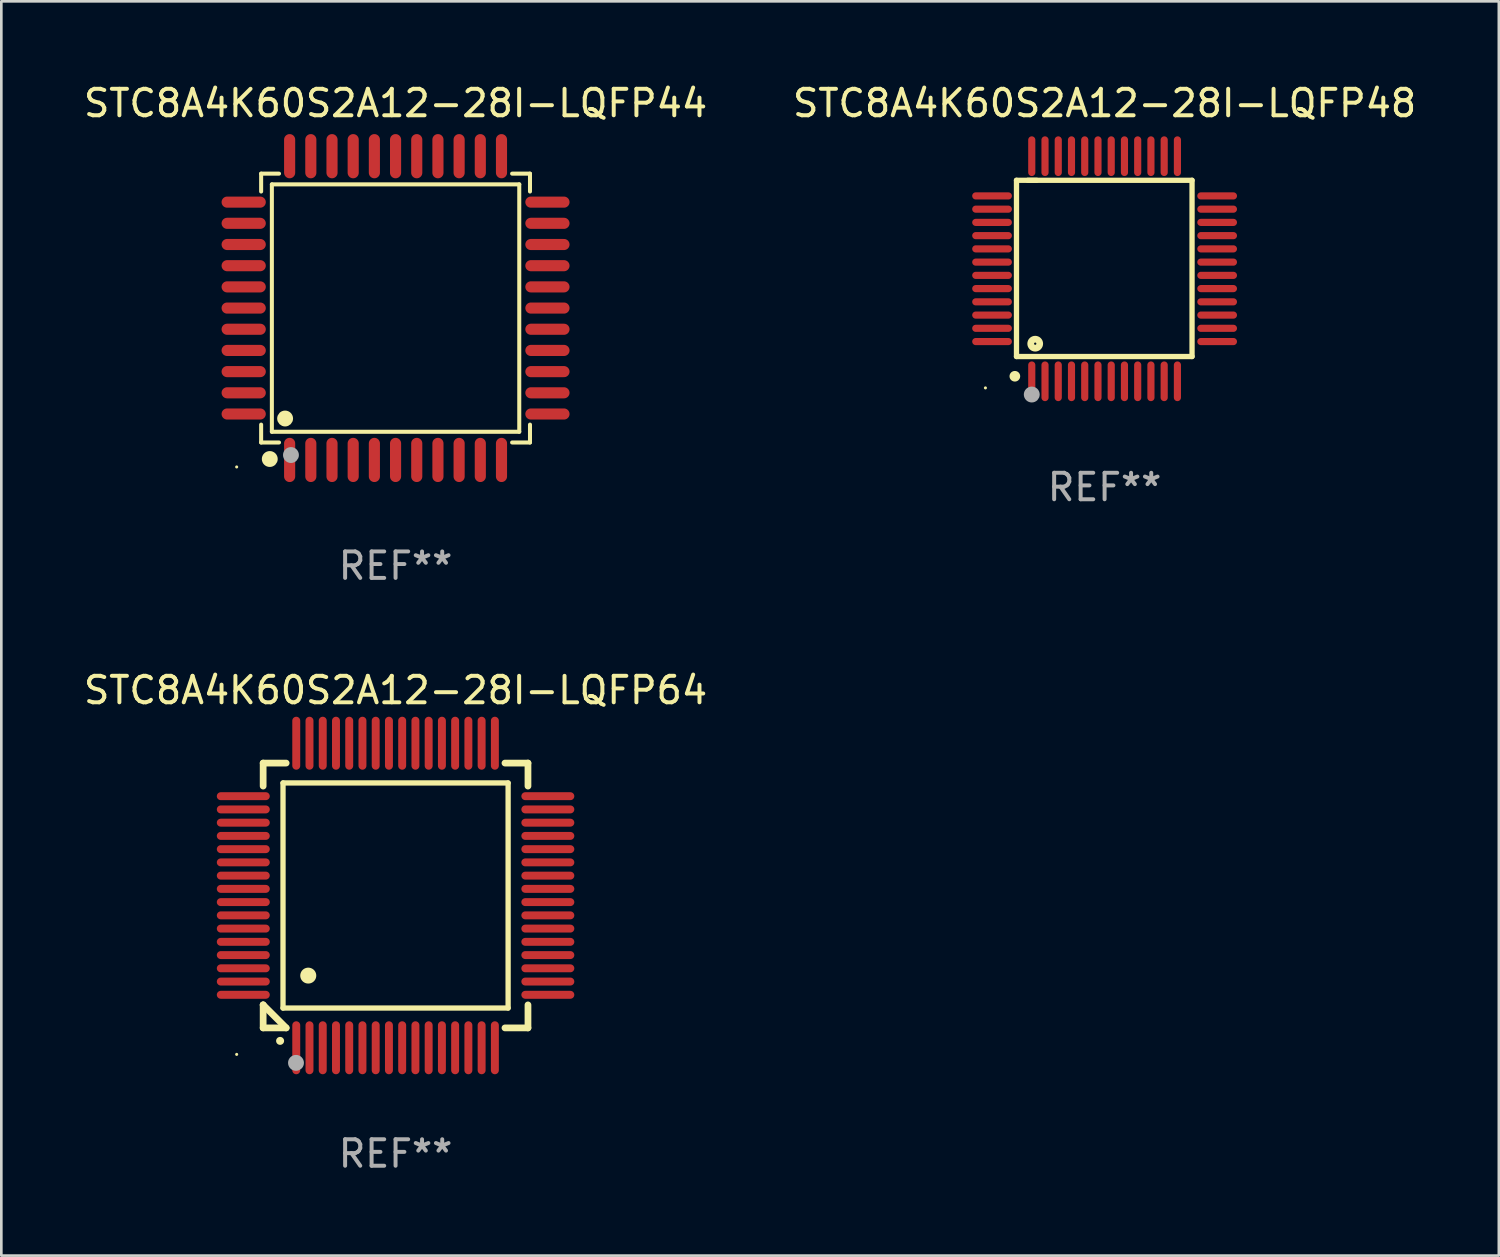
<source format=kicad_pcb>
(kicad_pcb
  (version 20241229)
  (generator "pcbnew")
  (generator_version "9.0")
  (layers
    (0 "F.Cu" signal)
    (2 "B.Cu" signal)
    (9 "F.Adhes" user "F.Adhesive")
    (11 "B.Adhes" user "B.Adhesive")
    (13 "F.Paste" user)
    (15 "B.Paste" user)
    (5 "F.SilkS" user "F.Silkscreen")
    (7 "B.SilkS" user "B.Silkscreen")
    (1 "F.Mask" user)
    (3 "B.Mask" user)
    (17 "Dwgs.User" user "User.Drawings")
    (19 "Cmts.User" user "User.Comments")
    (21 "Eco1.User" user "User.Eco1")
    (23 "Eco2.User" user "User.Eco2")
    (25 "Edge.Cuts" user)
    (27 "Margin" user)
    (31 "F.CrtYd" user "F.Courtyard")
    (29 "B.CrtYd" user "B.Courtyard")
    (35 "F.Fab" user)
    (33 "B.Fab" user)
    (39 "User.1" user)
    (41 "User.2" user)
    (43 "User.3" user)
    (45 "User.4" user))
  (footprint "STC8A4K60S2A12-28I-LQFP64"
    (layer "F.Cu")
    (at 11.887 30.765)
    (property "Reference" "STC8A4K60S2A12-28I-LQFP64" (at 0 -7.75 0) (layer "F.SilkS") (effects (font (size 1 1) (thickness 0.15))))
    (attr through_hole)
    (fp_line (start -5 -5) (end -4.131 -5) (stroke (width 0.254) (type solid)) (layer "F.SilkS"))
    (fp_line (start -5 -4.131) (end -5 -5) (stroke (width 0.254) (type solid)) (layer "F.SilkS"))
    (fp_line (start -5 4.131) (end -5 4.131) (stroke (width 0.254) (type solid)) (layer "F.SilkS"))
    (fp_line (start -5 5) (end -5 4.131) (stroke (width 0.254) (type solid)) (layer "F.SilkS"))
    (fp_line (start -5 4.131) (end -4.131 5) (stroke (width 0.254) (type solid)) (layer "F.SilkS"))
    (fp_line (start -4.25 -4.25) (end -4.25 4.25) (stroke (width 0.2) (type solid)) (layer "F.SilkS"))
    (fp_line (start -4.25 4.25) (end 4.25 4.25) (stroke (width 0.2) (type solid)) (layer "F.SilkS"))
    (fp_line (start -4.131 5) (end -5 5) (stroke (width 0.254) (type solid)) (layer "F.SilkS"))
    (fp_line (start 4.25 -4.25) (end -4.25 -4.25) (stroke (width 0.2) (type solid)) (layer "F.SilkS"))
    (fp_line (start 4.25 4.25) (end 4.25 -4.25) (stroke (width 0.2) (type solid)) (layer "F.SilkS"))
    (fp_line (start 5 -5) (end 4.131 -5) (stroke (width 0.254) (type solid)) (layer "F.SilkS"))
    (fp_line (start 5 -5) (end 5 -4.131) (stroke (width 0.254) (type solid)) (layer "F.SilkS"))
    (fp_line (start 5 4.131) (end 5 5) (stroke (width 0.254) (type solid)) (layer "F.SilkS"))
    (fp_line (start 5 5) (end 4.131 5) (stroke (width 0.254) (type solid)) (layer "F.SilkS"))
    (fp_arc (start -4.361265 5.489992) (mid -4.359995 5.489987) (end -4.358725 5.489992) (stroke (width 0.3) (type solid)) (layer "F.SilkS"))
    (fp_arc (start -3.299467 3.025146) (mid -3.296927 3.025135) (end -3.294387 3.025146) (stroke (width 0.6) (type solid)) (layer "F.SilkS"))
    (fp_circle (center -6 6) (end -5.97 6) (stroke (width 0.06) (type solid)) (fill no) (layer "F.SilkS"))
    (fp_circle (center -3.76 6.32) (end -3.61 6.32) (stroke (width 0.3) (type solid)) (fill no) (layer "F.Fab"))
    (fp_text user "REF**" (at 0 9.75 0) (layer "F.Fab") (effects (font (size 1 1) (thickness 0.15))))
    (pad "1" smd oval (at -3.75 5.75) (size 0.3 2) (layers "F.Cu" "F.Mask" "F.Paste"))
    (pad "2" smd oval (at -3.25 5.75) (size 0.3 2) (layers "F.Cu" "F.Mask" "F.Paste"))
    (pad "3" smd oval (at -2.75 5.75) (size 0.3 2) (layers "F.Cu" "F.Mask" "F.Paste"))
    (pad "4" smd oval (at -2.25 5.75) (size 0.3 2) (layers "F.Cu" "F.Mask" "F.Paste"))
    (pad "5" smd oval (at -1.75 5.75) (size 0.3 2) (layers "F.Cu" "F.Mask" "F.Paste"))
    (pad "6" smd oval (at -1.25 5.75) (size 0.3 2) (layers "F.Cu" "F.Mask" "F.Paste"))
    (pad "7" smd oval (at -0.75 5.75) (size 0.3 2) (layers "F.Cu" "F.Mask" "F.Paste"))
    (pad "8" smd oval (at -0.25 5.75) (size 0.3 2) (layers "F.Cu" "F.Mask" "F.Paste"))
    (pad "9" smd oval (at 0.25 5.75) (size 0.3 2) (layers "F.Cu" "F.Mask" "F.Paste"))
    (pad "10" smd oval (at 0.75 5.75) (size 0.3 2) (layers "F.Cu" "F.Mask" "F.Paste"))
    (pad "11" smd oval (at 1.25 5.75) (size 0.3 2) (layers "F.Cu" "F.Mask" "F.Paste"))
    (pad "12" smd oval (at 1.75 5.75) (size 0.3 2) (layers "F.Cu" "F.Mask" "F.Paste"))
    (pad "13" smd oval (at 2.25 5.75) (size 0.3 2) (layers "F.Cu" "F.Mask" "F.Paste"))
    (pad "14" smd oval (at 2.75 5.75) (size 0.3 2) (layers "F.Cu" "F.Mask" "F.Paste"))
    (pad "15" smd oval (at 3.25 5.75) (size 0.3 2) (layers "F.Cu" "F.Mask" "F.Paste"))
    (pad "16" smd oval (at 3.75 5.75) (size 0.3 2) (layers "F.Cu" "F.Mask" "F.Paste"))
    (pad "17" smd oval (at 5.75 3.75) (size 2 0.3) (layers "F.Cu" "F.Mask" "F.Paste"))
    (pad "18" smd oval (at 5.75 3.25) (size 2 0.3) (layers "F.Cu" "F.Mask" "F.Paste"))
    (pad "19" smd oval (at 5.75 2.75) (size 2 0.3) (layers "F.Cu" "F.Mask" "F.Paste"))
    (pad "20" smd oval (at 5.75 2.25) (size 2 0.3) (layers "F.Cu" "F.Mask" "F.Paste"))
    (pad "21" smd oval (at 5.75 1.75) (size 2 0.3) (layers "F.Cu" "F.Mask" "F.Paste"))
    (pad "22" smd oval (at 5.75 1.25) (size 2 0.3) (layers "F.Cu" "F.Mask" "F.Paste"))
    (pad "23" smd oval (at 5.75 0.75) (size 2 0.3) (layers "F.Cu" "F.Mask" "F.Paste"))
    (pad "24" smd oval (at 5.75 0.25) (size 2 0.3) (layers "F.Cu" "F.Mask" "F.Paste"))
    (pad "25" smd oval (at 5.75 -0.25) (size 2 0.3) (layers "F.Cu" "F.Mask" "F.Paste"))
    (pad "26" smd oval (at 5.75 -0.75) (size 2 0.3) (layers "F.Cu" "F.Mask" "F.Paste"))
    (pad "27" smd oval (at 5.75 -1.25) (size 2 0.3) (layers "F.Cu" "F.Mask" "F.Paste"))
    (pad "28" smd oval (at 5.75 -1.75) (size 2 0.3) (layers "F.Cu" "F.Mask" "F.Paste"))
    (pad "29" smd oval (at 5.75 -2.25) (size 2 0.3) (layers "F.Cu" "F.Mask" "F.Paste"))
    (pad "30" smd oval (at 5.75 -2.75) (size 2 0.3) (layers "F.Cu" "F.Mask" "F.Paste"))
    (pad "31" smd oval (at 5.75 -3.25) (size 2 0.3) (layers "F.Cu" "F.Mask" "F.Paste"))
    (pad "32" smd oval (at 5.75 -3.75) (size 2 0.3) (layers "F.Cu" "F.Mask" "F.Paste"))
    (pad "33" smd oval (at 3.75 -5.75) (size 0.3 2) (layers "F.Cu" "F.Mask" "F.Paste"))
    (pad "34" smd oval (at 3.25 -5.75) (size 0.3 2) (layers "F.Cu" "F.Mask" "F.Paste"))
    (pad "35" smd oval (at 2.75 -5.75) (size 0.3 2) (layers "F.Cu" "F.Mask" "F.Paste"))
    (pad "36" smd oval (at 2.25 -5.75) (size 0.3 2) (layers "F.Cu" "F.Mask" "F.Paste"))
    (pad "37" smd oval (at 1.75 -5.75) (size 0.3 2) (layers "F.Cu" "F.Mask" "F.Paste"))
    (pad "38" smd oval (at 1.25 -5.75) (size 0.3 2) (layers "F.Cu" "F.Mask" "F.Paste"))
    (pad "39" smd oval (at 0.75 -5.75) (size 0.3 2) (layers "F.Cu" "F.Mask" "F.Paste"))
    (pad "40" smd oval (at 0.25 -5.75) (size 0.3 2) (layers "F.Cu" "F.Mask" "F.Paste"))
    (pad "41" smd oval (at -0.25 -5.75) (size 0.3 2) (layers "F.Cu" "F.Mask" "F.Paste"))
    (pad "42" smd oval (at -0.75 -5.75) (size 0.3 2) (layers "F.Cu" "F.Mask" "F.Paste"))
    (pad "43" smd oval (at -1.25 -5.75) (size 0.3 2) (layers "F.Cu" "F.Mask" "F.Paste"))
    (pad "44" smd oval (at -1.75 -5.75) (size 0.3 2) (layers "F.Cu" "F.Mask" "F.Paste"))
    (pad "45" smd oval (at -2.25 -5.75) (size 0.3 2) (layers "F.Cu" "F.Mask" "F.Paste"))
    (pad "46" smd oval (at -2.75 -5.75) (size 0.3 2) (layers "F.Cu" "F.Mask" "F.Paste"))
    (pad "47" smd oval (at -3.25 -5.75) (size 0.3 2) (layers "F.Cu" "F.Mask" "F.Paste"))
    (pad "48" smd oval (at -3.75 -5.75) (size 0.3 2) (layers "F.Cu" "F.Mask" "F.Paste"))
    (pad "49" smd oval (at -5.75 -3.75) (size 2 0.3) (layers "F.Cu" "F.Mask" "F.Paste"))
    (pad "50" smd oval (at -5.75 -3.25) (size 2 0.3) (layers "F.Cu" "F.Mask" "F.Paste"))
    (pad "51" smd oval (at -5.75 -2.75) (size 2 0.3) (layers "F.Cu" "F.Mask" "F.Paste"))
    (pad "52" smd oval (at -5.75 -2.25) (size 2 0.3) (layers "F.Cu" "F.Mask" "F.Paste"))
    (pad "53" smd oval (at -5.75 -1.75) (size 2 0.3) (layers "F.Cu" "F.Mask" "F.Paste"))
    (pad "54" smd oval (at -5.75 -1.25) (size 2 0.3) (layers "F.Cu" "F.Mask" "F.Paste"))
    (pad "55" smd oval (at -5.75 -0.75) (size 2 0.3) (layers "F.Cu" "F.Mask" "F.Paste"))
    (pad "56" smd oval (at -5.75 -0.25) (size 2 0.3) (layers "F.Cu" "F.Mask" "F.Paste"))
    (pad "57" smd oval (at -5.75 0.25) (size 2 0.3) (layers "F.Cu" "F.Mask" "F.Paste"))
    (pad "58" smd oval (at -5.75 0.75) (size 2 0.3) (layers "F.Cu" "F.Mask" "F.Paste"))
    (pad "59" smd oval (at -5.75 1.25) (size 2 0.3) (layers "F.Cu" "F.Mask" "F.Paste"))
    (pad "60" smd oval (at -5.75 1.75) (size 2 0.3) (layers "F.Cu" "F.Mask" "F.Paste"))
    (pad "61" smd oval (at -5.75 2.25) (size 2 0.3) (layers "F.Cu" "F.Mask" "F.Paste"))
    (pad "62" smd oval (at -5.75 2.75) (size 2 0.3) (layers "F.Cu" "F.Mask" "F.Paste"))
    (pad "63" smd oval (at -5.75 3.25) (size 2 0.3) (layers "F.Cu" "F.Mask" "F.Paste"))
    (pad "64" smd oval (at -5.75 3.75) (size 2 0.3) (layers "F.Cu" "F.Mask" "F.Paste")))
  (footprint "STC8A4K60S2A12-28I-LQFP44"
    (layer "F.Cu")
    (at 11.887 8.583)
    (property "Reference" "STC8A4K60S2A12-28I-LQFP44" (at 0 -7.735 0) (layer "F.SilkS") (effects (font (size 1 1) (thickness 0.15))))
    (attr through_hole)
    (fp_line (start -5.076 -5.076) (end -4.401 -5.076) (stroke (width 0.152) (type solid)) (layer "F.SilkS"))
    (fp_line (start -5.076 -4.401) (end -5.076 -5.076) (stroke (width 0.152) (type solid)) (layer "F.SilkS"))
    (fp_line (start -5.076 4.401) (end -5.076 5.076) (stroke (width 0.152) (type solid)) (layer "F.SilkS"))
    (fp_line (start -5.076 5.076) (end -4.401 5.076) (stroke (width 0.152) (type solid)) (layer "F.SilkS"))
    (fp_line (start -4.671 -4.671) (end 4.671 -4.671) (stroke (width 0.152) (type solid)) (layer "F.SilkS"))
    (fp_line (start -4.671 4.671) (end -4.671 -4.671) (stroke (width 0.152) (type solid)) (layer "F.SilkS"))
    (fp_line (start 4.671 -4.671) (end 4.671 4.671) (stroke (width 0.152) (type solid)) (layer "F.SilkS"))
    (fp_line (start 4.671 4.671) (end -4.671 4.671) (stroke (width 0.152) (type solid)) (layer "F.SilkS"))
    (fp_line (start 5.076 -5.076) (end 4.401 -5.076) (stroke (width 0.152) (type solid)) (layer "F.SilkS"))
    (fp_line (start 5.076 -4.401) (end 5.076 -5.076) (stroke (width 0.152) (type solid)) (layer "F.SilkS"))
    (fp_line (start 5.076 4.401) (end 5.076 5.076) (stroke (width 0.152) (type solid)) (layer "F.SilkS"))
    (fp_line (start 5.076 5.076) (end 4.401 5.076) (stroke (width 0.152) (type solid)) (layer "F.SilkS"))
    (fp_circle (center -6 6) (end -5.97 6) (stroke (width 0.06) (type solid)) (fill no) (layer "F.SilkS"))
    (fp_circle (center -4.75 5.7) (end -4.6 5.7) (stroke (width 0.3) (type solid)) (fill no) (layer "F.SilkS"))
    (fp_circle (center -4.171 4.171) (end -4.021 4.171) (stroke (width 0.3) (type solid)) (fill no) (layer "F.SilkS"))
    (fp_circle (center -3.95 5.55) (end -3.8 5.55) (stroke (width 0.3) (type solid)) (fill no) (layer "F.Fab"))
    (fp_text user "REF**" (at 0 9.735 0) (layer "F.Fab") (effects (font (size 1 1) (thickness 0.15))))
    (pad "1" smd oval (at -4 5.735) (size 0.42 1.67) (layers "F.Cu" "F.Mask" "F.Paste"))
    (pad "2" smd oval (at -3.2 5.735) (size 0.42 1.67) (layers "F.Cu" "F.Mask" "F.Paste"))
    (pad "3" smd oval (at -2.4 5.735) (size 0.42 1.67) (layers "F.Cu" "F.Mask" "F.Paste"))
    (pad "4" smd oval (at -1.6 5.735) (size 0.42 1.67) (layers "F.Cu" "F.Mask" "F.Paste"))
    (pad "5" smd oval (at -0.8 5.735) (size 0.42 1.67) (layers "F.Cu" "F.Mask" "F.Paste"))
    (pad "6" smd oval (at 0 5.735) (size 0.42 1.67) (layers "F.Cu" "F.Mask" "F.Paste"))
    (pad "7" smd oval (at 0.8 5.735) (size 0.42 1.67) (layers "F.Cu" "F.Mask" "F.Paste"))
    (pad "8" smd oval (at 1.6 5.735) (size 0.42 1.67) (layers "F.Cu" "F.Mask" "F.Paste"))
    (pad "9" smd oval (at 2.4 5.735) (size 0.42 1.67) (layers "F.Cu" "F.Mask" "F.Paste"))
    (pad "10" smd oval (at 3.2 5.735) (size 0.42 1.67) (layers "F.Cu" "F.Mask" "F.Paste"))
    (pad "11" smd oval (at 4 5.735) (size 0.42 1.67) (layers "F.Cu" "F.Mask" "F.Paste"))
    (pad "12" smd oval (at 5.735 4) (size 1.67 0.42) (layers "F.Cu" "F.Mask" "F.Paste"))
    (pad "13" smd oval (at 5.735 3.2) (size 1.67 0.42) (layers "F.Cu" "F.Mask" "F.Paste"))
    (pad "14" smd oval (at 5.735 2.4) (size 1.67 0.42) (layers "F.Cu" "F.Mask" "F.Paste"))
    (pad "15" smd oval (at 5.735 1.6) (size 1.67 0.42) (layers "F.Cu" "F.Mask" "F.Paste"))
    (pad "16" smd oval (at 5.735 0.8) (size 1.67 0.42) (layers "F.Cu" "F.Mask" "F.Paste"))
    (pad "17" smd oval (at 5.735 0) (size 1.67 0.42) (layers "F.Cu" "F.Mask" "F.Paste"))
    (pad "18" smd oval (at 5.735 -0.8) (size 1.67 0.42) (layers "F.Cu" "F.Mask" "F.Paste"))
    (pad "19" smd oval (at 5.735 -1.6) (size 1.67 0.42) (layers "F.Cu" "F.Mask" "F.Paste"))
    (pad "20" smd oval (at 5.735 -2.4) (size 1.67 0.42) (layers "F.Cu" "F.Mask" "F.Paste"))
    (pad "21" smd oval (at 5.735 -3.2) (size 1.67 0.42) (layers "F.Cu" "F.Mask" "F.Paste"))
    (pad "22" smd oval (at 5.735 -4) (size 1.67 0.42) (layers "F.Cu" "F.Mask" "F.Paste"))
    (pad "23" smd oval (at 4 -5.735) (size 0.42 1.67) (layers "F.Cu" "F.Mask" "F.Paste"))
    (pad "24" smd oval (at 3.2 -5.735) (size 0.42 1.67) (layers "F.Cu" "F.Mask" "F.Paste"))
    (pad "25" smd oval (at 2.4 -5.735) (size 0.42 1.67) (layers "F.Cu" "F.Mask" "F.Paste"))
    (pad "26" smd oval (at 1.6 -5.735) (size 0.42 1.67) (layers "F.Cu" "F.Mask" "F.Paste"))
    (pad "27" smd oval (at 0.8 -5.735) (size 0.42 1.67) (layers "F.Cu" "F.Mask" "F.Paste"))
    (pad "28" smd oval (at 0 -5.735) (size 0.42 1.67) (layers "F.Cu" "F.Mask" "F.Paste"))
    (pad "29" smd oval (at -0.8 -5.735) (size 0.42 1.67) (layers "F.Cu" "F.Mask" "F.Paste"))
    (pad "30" smd oval (at -1.6 -5.735) (size 0.42 1.67) (layers "F.Cu" "F.Mask" "F.Paste"))
    (pad "31" smd oval (at -2.4 -5.735) (size 0.42 1.67) (layers "F.Cu" "F.Mask" "F.Paste"))
    (pad "32" smd oval (at -3.2 -5.735) (size 0.42 1.67) (layers "F.Cu" "F.Mask" "F.Paste"))
    (pad "33" smd oval (at -4 -5.735) (size 0.42 1.67) (layers "F.Cu" "F.Mask" "F.Paste"))
    (pad "34" smd oval (at -5.735 -4) (size 1.67 0.42) (layers "F.Cu" "F.Mask" "F.Paste"))
    (pad "35" smd oval (at -5.735 -3.2) (size 1.67 0.42) (layers "F.Cu" "F.Mask" "F.Paste"))
    (pad "36" smd oval (at -5.735 -2.4) (size 1.67 0.42) (layers "F.Cu" "F.Mask" "F.Paste"))
    (pad "37" smd oval (at -5.735 -1.6) (size 1.67 0.42) (layers "F.Cu" "F.Mask" "F.Paste"))
    (pad "38" smd oval (at -5.735 -0.8) (size 1.67 0.42) (layers "F.Cu" "F.Mask" "F.Paste"))
    (pad "39" smd oval (at -5.735 0) (size 1.67 0.42) (layers "F.Cu" "F.Mask" "F.Paste"))
    (pad "40" smd oval (at -5.735 0.8) (size 1.67 0.42) (layers "F.Cu" "F.Mask" "F.Paste"))
    (pad "41" smd oval (at -5.735 1.6) (size 1.67 0.42) (layers "F.Cu" "F.Mask" "F.Paste"))
    (pad "42" smd oval (at -5.735 2.4) (size 1.67 0.42) (layers "F.Cu" "F.Mask" "F.Paste"))
    (pad "43" smd oval (at -5.735 3.2) (size 1.67 0.42) (layers "F.Cu" "F.Mask" "F.Paste"))
    (pad "44" smd oval (at -5.735 4) (size 1.67 0.42) (layers "F.Cu" "F.Mask" "F.Paste")))
  (footprint "STC8A4K60S2A12-28I-LQFP48"
    (layer "F.Cu")
    (at 38.661 7.098)
    (property "Reference" "STC8A4K60S2A12-28I-LQFP48" (at 0 -6.25 0) (layer "F.SilkS") (effects (font (size 1 1) (thickness 0.15))))
    (attr through_hole)
    (fp_line (start -3.327 -3.34) (end -2.565 -3.34) (stroke (width 0.2) (type solid)) (layer "F.SilkS"))
    (fp_line (start -3.327 3.315) (end -3.327 -3.34) (stroke (width 0.2) (type solid)) (layer "F.SilkS"))
    (fp_line (start -2.896 -3.34) (end 3.302 -3.34) (stroke (width 0.2) (type solid)) (layer "F.SilkS"))
    (fp_line (start 3.302 -3.34) (end 3.302 3.315) (stroke (width 0.2) (type solid)) (layer "F.SilkS"))
    (fp_line (start 3.302 3.315) (end -3.327 3.315) (stroke (width 0.2) (type solid)) (layer "F.SilkS"))
    (fp_arc (start -3.389992 4.059995) (mid -3.388722 4.059991) (end -3.387452 4.059995) (stroke (width 0.4) (type solid)) (layer "F.SilkS"))
    (fp_circle (center -4.5 4.5) (end -4.47 4.5) (stroke (width 0.06) (type solid)) (fill no) (layer "F.SilkS"))
    (fp_circle (center -2.62 2.83) (end -2.45 2.83) (stroke (width 0.254) (type solid)) (fill no) (layer "F.SilkS"))
    (fp_circle (center -2.75 4.75) (end -2.6 4.75) (stroke (width 0.3) (type solid)) (fill no) (layer "F.Fab"))
    (fp_text user "REF**" (at 0 8.25 0) (layer "F.Fab") (effects (font (size 1 1) (thickness 0.15))))
    (pad "1" smd oval (at -2.75 4.25) (size 0.27 1.5) (layers "F.Cu" "F.Mask" "F.Paste"))
    (pad "2" smd oval (at -2.25 4.25) (size 0.27 1.5) (layers "F.Cu" "F.Mask" "F.Paste"))
    (pad "3" smd oval (at -1.75 4.25) (size 0.27 1.5) (layers "F.Cu" "F.Mask" "F.Paste"))
    (pad "4" smd oval (at -1.25 4.25) (size 0.27 1.5) (layers "F.Cu" "F.Mask" "F.Paste"))
    (pad "5" smd oval (at -0.75 4.25) (size 0.27 1.5) (layers "F.Cu" "F.Mask" "F.Paste"))
    (pad "6" smd oval (at -0.25 4.25) (size 0.27 1.5) (layers "F.Cu" "F.Mask" "F.Paste"))
    (pad "7" smd oval (at 0.25 4.25) (size 0.27 1.5) (layers "F.Cu" "F.Mask" "F.Paste"))
    (pad "8" smd oval (at 0.75 4.25) (size 0.27 1.5) (layers "F.Cu" "F.Mask" "F.Paste"))
    (pad "9" smd oval (at 1.25 4.25) (size 0.27 1.5) (layers "F.Cu" "F.Mask" "F.Paste"))
    (pad "10" smd oval (at 1.75 4.25) (size 0.27 1.5) (layers "F.Cu" "F.Mask" "F.Paste"))
    (pad "11" smd oval (at 2.25 4.25) (size 0.27 1.5) (layers "F.Cu" "F.Mask" "F.Paste"))
    (pad "12" smd oval (at 2.75 4.25) (size 0.27 1.5) (layers "F.Cu" "F.Mask" "F.Paste"))
    (pad "13" smd oval (at 4.25 2.75) (size 1.5 0.27) (layers "F.Cu" "F.Mask" "F.Paste"))
    (pad "14" smd oval (at 4.25 2.25) (size 1.5 0.27) (layers "F.Cu" "F.Mask" "F.Paste"))
    (pad "15" smd oval (at 4.25 1.75) (size 1.5 0.27) (layers "F.Cu" "F.Mask" "F.Paste"))
    (pad "16" smd oval (at 4.25 1.25) (size 1.5 0.27) (layers "F.Cu" "F.Mask" "F.Paste"))
    (pad "17" smd oval (at 4.25 0.75) (size 1.5 0.27) (layers "F.Cu" "F.Mask" "F.Paste"))
    (pad "18" smd oval (at 4.25 0.25) (size 1.5 0.27) (layers "F.Cu" "F.Mask" "F.Paste"))
    (pad "19" smd oval (at 4.25 -0.25) (size 1.5 0.27) (layers "F.Cu" "F.Mask" "F.Paste"))
    (pad "20" smd oval (at 4.25 -0.75) (size 1.5 0.27) (layers "F.Cu" "F.Mask" "F.Paste"))
    (pad "21" smd oval (at 4.25 -1.25) (size 1.5 0.27) (layers "F.Cu" "F.Mask" "F.Paste"))
    (pad "22" smd oval (at 4.25 -1.75) (size 1.5 0.27) (layers "F.Cu" "F.Mask" "F.Paste"))
    (pad "23" smd oval (at 4.25 -2.25) (size 1.5 0.27) (layers "F.Cu" "F.Mask" "F.Paste"))
    (pad "24" smd oval (at 4.25 -2.75) (size 1.5 0.27) (layers "F.Cu" "F.Mask" "F.Paste"))
    (pad "25" smd oval (at 2.75 -4.25) (size 0.27 1.5) (layers "F.Cu" "F.Mask" "F.Paste"))
    (pad "26" smd oval (at 2.25 -4.25) (size 0.27 1.5) (layers "F.Cu" "F.Mask" "F.Paste"))
    (pad "27" smd oval (at 1.75 -4.25) (size 0.27 1.5) (layers "F.Cu" "F.Mask" "F.Paste"))
    (pad "28" smd oval (at 1.25 -4.25) (size 0.27 1.5) (layers "F.Cu" "F.Mask" "F.Paste"))
    (pad "29" smd oval (at 0.75 -4.25) (size 0.27 1.5) (layers "F.Cu" "F.Mask" "F.Paste"))
    (pad "30" smd oval (at 0.25 -4.25) (size 0.27 1.5) (layers "F.Cu" "F.Mask" "F.Paste"))
    (pad "31" smd oval (at -0.25 -4.25) (size 0.27 1.5) (layers "F.Cu" "F.Mask" "F.Paste"))
    (pad "32" smd oval (at -0.75 -4.25) (size 0.27 1.5) (layers "F.Cu" "F.Mask" "F.Paste"))
    (pad "33" smd oval (at -1.25 -4.25) (size 0.27 1.5) (layers "F.Cu" "F.Mask" "F.Paste"))
    (pad "34" smd oval (at -1.75 -4.25) (size 0.27 1.5) (layers "F.Cu" "F.Mask" "F.Paste"))
    (pad "35" smd oval (at -2.25 -4.25) (size 0.27 1.5) (layers "F.Cu" "F.Mask" "F.Paste"))
    (pad "36" smd oval (at -2.75 -4.25) (size 0.27 1.5) (layers "F.Cu" "F.Mask" "F.Paste"))
    (pad "37" smd oval (at -4.25 -2.75) (size 1.5 0.27) (layers "F.Cu" "F.Mask" "F.Paste"))
    (pad "38" smd oval (at -4.25 -2.25) (size 1.5 0.27) (layers "F.Cu" "F.Mask" "F.Paste"))
    (pad "39" smd oval (at -4.25 -1.75) (size 1.5 0.27) (layers "F.Cu" "F.Mask" "F.Paste"))
    (pad "40" smd oval (at -4.25 -1.25) (size 1.5 0.27) (layers "F.Cu" "F.Mask" "F.Paste"))
    (pad "41" smd oval (at -4.25 -0.75) (size 1.5 0.27) (layers "F.Cu" "F.Mask" "F.Paste"))
    (pad "42" smd oval (at -4.25 -0.25) (size 1.5 0.27) (layers "F.Cu" "F.Mask" "F.Paste"))
    (pad "43" smd oval (at -4.25 0.25) (size 1.5 0.27) (layers "F.Cu" "F.Mask" "F.Paste"))
    (pad "44" smd oval (at -4.25 0.75) (size 1.5 0.27) (layers "F.Cu" "F.Mask" "F.Paste"))
    (pad "45" smd oval (at -4.25 1.25) (size 1.5 0.27) (layers "F.Cu" "F.Mask" "F.Paste"))
    (pad "46" smd oval (at -4.25 1.75) (size 1.5 0.27) (layers "F.Cu" "F.Mask" "F.Paste"))
    (pad "47" smd oval (at -4.25 2.25) (size 1.5 0.27) (layers "F.Cu" "F.Mask" "F.Paste"))
    (pad "48" smd oval (at -4.25 2.75) (size 1.5 0.27) (layers "F.Cu" "F.Mask" "F.Paste")))
  (gr_rect
    (start -3 -3)
    (end 53.548 44.363)
    (stroke (width 0.1) (type default))
    (fill no)
    (layer "Edge.Cuts")))
</source>
